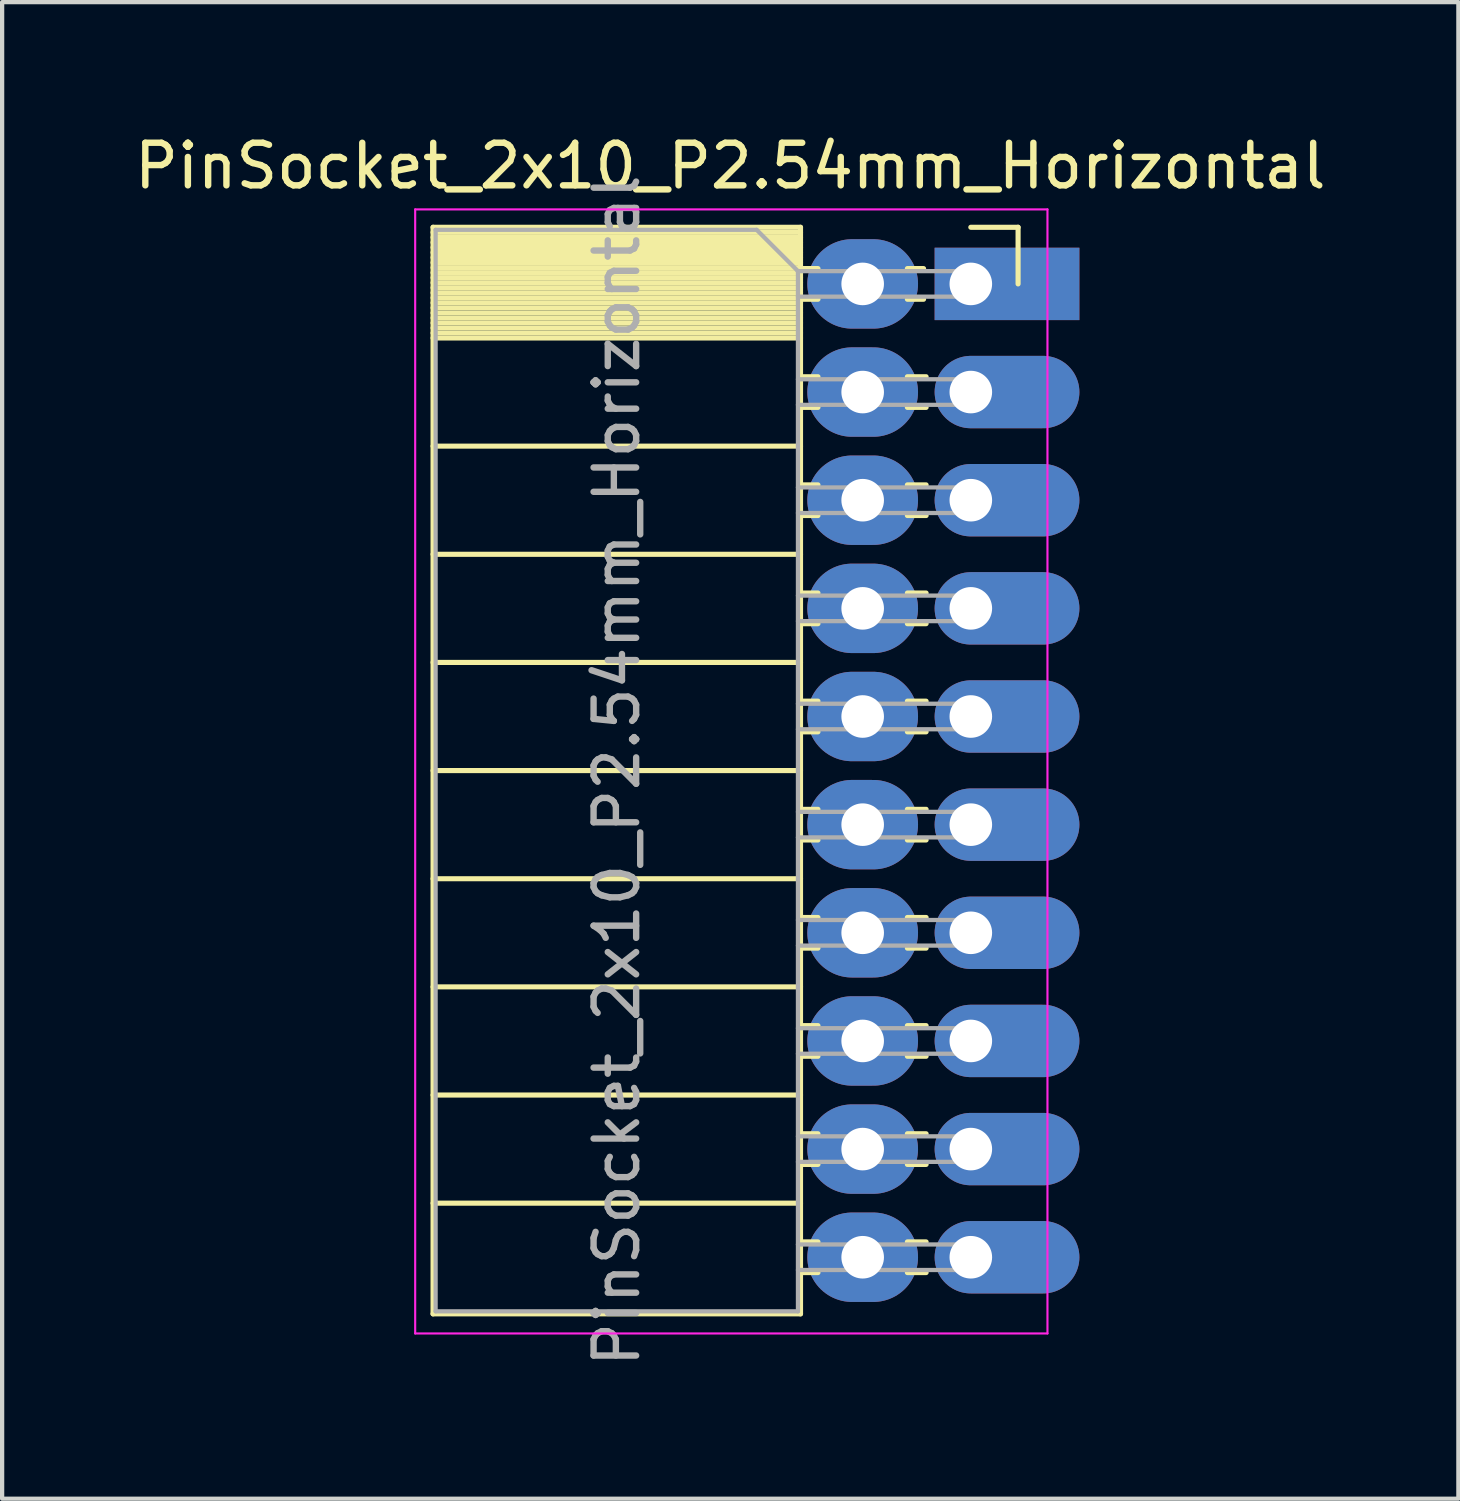
<source format=kicad_pcb>
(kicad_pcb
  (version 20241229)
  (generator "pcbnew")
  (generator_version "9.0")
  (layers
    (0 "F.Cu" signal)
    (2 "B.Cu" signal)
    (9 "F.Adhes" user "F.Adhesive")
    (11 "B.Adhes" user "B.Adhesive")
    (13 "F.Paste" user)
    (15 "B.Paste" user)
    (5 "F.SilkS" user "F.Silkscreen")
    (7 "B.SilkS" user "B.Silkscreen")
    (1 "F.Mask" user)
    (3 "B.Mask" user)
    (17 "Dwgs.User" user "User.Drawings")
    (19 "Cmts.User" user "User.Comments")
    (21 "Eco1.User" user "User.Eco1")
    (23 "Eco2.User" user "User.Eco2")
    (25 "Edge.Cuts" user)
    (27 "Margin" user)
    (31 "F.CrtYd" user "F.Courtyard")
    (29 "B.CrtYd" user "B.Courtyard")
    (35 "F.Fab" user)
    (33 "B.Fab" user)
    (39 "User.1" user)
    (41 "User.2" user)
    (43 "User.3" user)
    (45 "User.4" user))
  (footprint "PinSocket_2x10_P2.54mm_Horizontal"
    (layer "F.Cu")
    (at 19.751 3.618)
    (property "Reference" "PinSocket_2x10_P2.54mm_Horizontal" (at -5.65 -2.77 0) (layer "F.SilkS") (effects (font (size 1 1) (thickness 0.15))))
    (attr through_hole)
    (fp_line (start -12.63 -1.33) (end -12.63 24.19) (stroke (width 0.12) (type solid)) (layer "F.SilkS"))
    (fp_line (start -12.63 -1.33) (end -4 -1.33) (stroke (width 0.12) (type solid)) (layer "F.SilkS"))
    (fp_line (start -12.63 -1.21) (end -4 -1.21) (stroke (width 0.12) (type solid)) (layer "F.SilkS"))
    (fp_line (start -12.63 -1.092) (end -4 -1.092) (stroke (width 0.12) (type solid)) (layer "F.SilkS"))
    (fp_line (start -12.63 -0.974) (end -4 -0.974) (stroke (width 0.12) (type solid)) (layer "F.SilkS"))
    (fp_line (start -12.63 -0.856) (end -4 -0.856) (stroke (width 0.12) (type solid)) (layer "F.SilkS"))
    (fp_line (start -12.63 -0.738) (end -4 -0.738) (stroke (width 0.12) (type solid)) (layer "F.SilkS"))
    (fp_line (start -12.63 -0.62) (end -4 -0.62) (stroke (width 0.12) (type solid)) (layer "F.SilkS"))
    (fp_line (start -12.63 -0.501) (end -4 -0.501) (stroke (width 0.12) (type solid)) (layer "F.SilkS"))
    (fp_line (start -12.63 -0.383) (end -4 -0.383) (stroke (width 0.12) (type solid)) (layer "F.SilkS"))
    (fp_line (start -12.63 -0.265) (end -4 -0.265) (stroke (width 0.12) (type solid)) (layer "F.SilkS"))
    (fp_line (start -12.63 -0.147) (end -4 -0.147) (stroke (width 0.12) (type solid)) (layer "F.SilkS"))
    (fp_line (start -12.63 -0.029) (end -4 -0.029) (stroke (width 0.12) (type solid)) (layer "F.SilkS"))
    (fp_line (start -12.63 0.089) (end -4 0.089) (stroke (width 0.12) (type solid)) (layer "F.SilkS"))
    (fp_line (start -12.63 0.207) (end -4 0.207) (stroke (width 0.12) (type solid)) (layer "F.SilkS"))
    (fp_line (start -12.63 0.325) (end -4 0.325) (stroke (width 0.12) (type solid)) (layer "F.SilkS"))
    (fp_line (start -12.63 0.443) (end -4 0.443) (stroke (width 0.12) (type solid)) (layer "F.SilkS"))
    (fp_line (start -12.63 0.561) (end -4 0.561) (stroke (width 0.12) (type solid)) (layer "F.SilkS"))
    (fp_line (start -12.63 0.68) (end -4 0.68) (stroke (width 0.12) (type solid)) (layer "F.SilkS"))
    (fp_line (start -12.63 0.798) (end -4 0.798) (stroke (width 0.12) (type solid)) (layer "F.SilkS"))
    (fp_line (start -12.63 0.916) (end -4 0.916) (stroke (width 0.12) (type solid)) (layer "F.SilkS"))
    (fp_line (start -12.63 1.034) (end -4 1.034) (stroke (width 0.12) (type solid)) (layer "F.SilkS"))
    (fp_line (start -12.63 1.152) (end -4 1.152) (stroke (width 0.12) (type solid)) (layer "F.SilkS"))
    (fp_line (start -12.63 1.27) (end -4 1.27) (stroke (width 0.12) (type solid)) (layer "F.SilkS"))
    (fp_line (start -12.63 3.81) (end -4 3.81) (stroke (width 0.12) (type solid)) (layer "F.SilkS"))
    (fp_line (start -12.63 6.35) (end -4 6.35) (stroke (width 0.12) (type solid)) (layer "F.SilkS"))
    (fp_line (start -12.63 8.89) (end -4 8.89) (stroke (width 0.12) (type solid)) (layer "F.SilkS"))
    (fp_line (start -12.63 11.43) (end -4 11.43) (stroke (width 0.12) (type solid)) (layer "F.SilkS"))
    (fp_line (start -12.63 13.97) (end -4 13.97) (stroke (width 0.12) (type solid)) (layer "F.SilkS"))
    (fp_line (start -12.63 16.51) (end -4 16.51) (stroke (width 0.12) (type solid)) (layer "F.SilkS"))
    (fp_line (start -12.63 19.05) (end -4 19.05) (stroke (width 0.12) (type solid)) (layer "F.SilkS"))
    (fp_line (start -12.63 21.59) (end -4 21.59) (stroke (width 0.12) (type solid)) (layer "F.SilkS"))
    (fp_line (start -12.63 24.19) (end -4 24.19) (stroke (width 0.12) (type solid)) (layer "F.SilkS"))
    (fp_line (start -4 -1.33) (end -4 24.19) (stroke (width 0.12) (type solid)) (layer "F.SilkS"))
    (fp_line (start -4 -0.36) (end -3.59 -0.36) (stroke (width 0.12) (type solid)) (layer "F.SilkS"))
    (fp_line (start -4 0.36) (end -3.59 0.36) (stroke (width 0.12) (type solid)) (layer "F.SilkS"))
    (fp_line (start -4 2.18) (end -3.59 2.18) (stroke (width 0.12) (type solid)) (layer "F.SilkS"))
    (fp_line (start -4 2.9) (end -3.59 2.9) (stroke (width 0.12) (type solid)) (layer "F.SilkS"))
    (fp_line (start -4 4.72) (end -3.59 4.72) (stroke (width 0.12) (type solid)) (layer "F.SilkS"))
    (fp_line (start -4 5.44) (end -3.59 5.44) (stroke (width 0.12) (type solid)) (layer "F.SilkS"))
    (fp_line (start -4 7.26) (end -3.59 7.26) (stroke (width 0.12) (type solid)) (layer "F.SilkS"))
    (fp_line (start -4 7.98) (end -3.59 7.98) (stroke (width 0.12) (type solid)) (layer "F.SilkS"))
    (fp_line (start -4 9.8) (end -3.59 9.8) (stroke (width 0.12) (type solid)) (layer "F.SilkS"))
    (fp_line (start -4 10.52) (end -3.59 10.52) (stroke (width 0.12) (type solid)) (layer "F.SilkS"))
    (fp_line (start -4 12.34) (end -3.59 12.34) (stroke (width 0.12) (type solid)) (layer "F.SilkS"))
    (fp_line (start -4 13.06) (end -3.59 13.06) (stroke (width 0.12) (type solid)) (layer "F.SilkS"))
    (fp_line (start -4 14.88) (end -3.59 14.88) (stroke (width 0.12) (type solid)) (layer "F.SilkS"))
    (fp_line (start -4 15.6) (end -3.59 15.6) (stroke (width 0.12) (type solid)) (layer "F.SilkS"))
    (fp_line (start -4 17.42) (end -3.59 17.42) (stroke (width 0.12) (type solid)) (layer "F.SilkS"))
    (fp_line (start -4 18.14) (end -3.59 18.14) (stroke (width 0.12) (type solid)) (layer "F.SilkS"))
    (fp_line (start -4 19.96) (end -3.59 19.96) (stroke (width 0.12) (type solid)) (layer "F.SilkS"))
    (fp_line (start -4 20.68) (end -3.59 20.68) (stroke (width 0.12) (type solid)) (layer "F.SilkS"))
    (fp_line (start -4 22.5) (end -3.59 22.5) (stroke (width 0.12) (type solid)) (layer "F.SilkS"))
    (fp_line (start -4 23.22) (end -3.59 23.22) (stroke (width 0.12) (type solid)) (layer "F.SilkS"))
    (fp_line (start -1.49 -0.36) (end -1.11 -0.36) (stroke (width 0.12) (type solid)) (layer "F.SilkS"))
    (fp_line (start -1.49 0.36) (end -1.11 0.36) (stroke (width 0.12) (type solid)) (layer "F.SilkS"))
    (fp_line (start -1.49 2.18) (end -1.05 2.18) (stroke (width 0.12) (type solid)) (layer "F.SilkS"))
    (fp_line (start -1.49 2.9) (end -1.05 2.9) (stroke (width 0.12) (type solid)) (layer "F.SilkS"))
    (fp_line (start -1.49 4.72) (end -1.05 4.72) (stroke (width 0.12) (type solid)) (layer "F.SilkS"))
    (fp_line (start -1.49 5.44) (end -1.05 5.44) (stroke (width 0.12) (type solid)) (layer "F.SilkS"))
    (fp_line (start -1.49 7.26) (end -1.05 7.26) (stroke (width 0.12) (type solid)) (layer "F.SilkS"))
    (fp_line (start -1.49 7.98) (end -1.05 7.98) (stroke (width 0.12) (type solid)) (layer "F.SilkS"))
    (fp_line (start -1.49 9.8) (end -1.05 9.8) (stroke (width 0.12) (type solid)) (layer "F.SilkS"))
    (fp_line (start -1.49 10.52) (end -1.05 10.52) (stroke (width 0.12) (type solid)) (layer "F.SilkS"))
    (fp_line (start -1.49 12.34) (end -1.05 12.34) (stroke (width 0.12) (type solid)) (layer "F.SilkS"))
    (fp_line (start -1.49 13.06) (end -1.05 13.06) (stroke (width 0.12) (type solid)) (layer "F.SilkS"))
    (fp_line (start -1.49 14.88) (end -1.05 14.88) (stroke (width 0.12) (type solid)) (layer "F.SilkS"))
    (fp_line (start -1.49 15.6) (end -1.05 15.6) (stroke (width 0.12) (type solid)) (layer "F.SilkS"))
    (fp_line (start -1.49 17.42) (end -1.05 17.42) (stroke (width 0.12) (type solid)) (layer "F.SilkS"))
    (fp_line (start -1.49 18.14) (end -1.05 18.14) (stroke (width 0.12) (type solid)) (layer "F.SilkS"))
    (fp_line (start -1.49 19.96) (end -1.05 19.96) (stroke (width 0.12) (type solid)) (layer "F.SilkS"))
    (fp_line (start -1.49 20.68) (end -1.05 20.68) (stroke (width 0.12) (type solid)) (layer "F.SilkS"))
    (fp_line (start -1.49 22.5) (end -1.05 22.5) (stroke (width 0.12) (type solid)) (layer "F.SilkS"))
    (fp_line (start -1.49 23.22) (end -1.05 23.22) (stroke (width 0.12) (type solid)) (layer "F.SilkS"))
    (fp_line (start 0 -1.33) (end 1.11 -1.33) (stroke (width 0.12) (type solid)) (layer "F.SilkS"))
    (fp_line (start 1.11 -1.33) (end 1.11 0) (stroke (width 0.12) (type solid)) (layer "F.SilkS"))
    (fp_line (start -13.05 -1.75) (end -13.05 24.65) (stroke (width 0.05) (type solid)) (layer "F.CrtYd"))
    (fp_line (start -13.05 24.65) (end 1.8 24.65) (stroke (width 0.05) (type solid)) (layer "F.CrtYd"))
    (fp_line (start 1.8 -1.75) (end -13.05 -1.75) (stroke (width 0.05) (type solid)) (layer "F.CrtYd"))
    (fp_line (start 1.8 24.65) (end 1.8 -1.75) (stroke (width 0.05) (type solid)) (layer "F.CrtYd"))
    (fp_line (start -12.57 -1.27) (end -5.03 -1.27) (stroke (width 0.1) (type solid)) (layer "F.Fab"))
    (fp_line (start -12.57 24.13) (end -12.57 -1.27) (stroke (width 0.1) (type solid)) (layer "F.Fab"))
    (fp_line (start -5.03 -1.27) (end -4.06 -0.3) (stroke (width 0.1) (type solid)) (layer "F.Fab"))
    (fp_line (start -4.06 -0.3) (end -4.06 24.13) (stroke (width 0.1) (type solid)) (layer "F.Fab"))
    (fp_line (start -4.06 0.3) (end 0 0.3) (stroke (width 0.1) (type solid)) (layer "F.Fab"))
    (fp_line (start -4.06 2.84) (end 0 2.84) (stroke (width 0.1) (type solid)) (layer "F.Fab"))
    (fp_line (start -4.06 5.38) (end 0 5.38) (stroke (width 0.1) (type solid)) (layer "F.Fab"))
    (fp_line (start -4.06 7.92) (end 0 7.92) (stroke (width 0.1) (type solid)) (layer "F.Fab"))
    (fp_line (start -4.06 10.46) (end 0 10.46) (stroke (width 0.1) (type solid)) (layer "F.Fab"))
    (fp_line (start -4.06 13) (end 0 13) (stroke (width 0.1) (type solid)) (layer "F.Fab"))
    (fp_line (start -4.06 15.54) (end 0 15.54) (stroke (width 0.1) (type solid)) (layer "F.Fab"))
    (fp_line (start -4.06 18.08) (end 0 18.08) (stroke (width 0.1) (type solid)) (layer "F.Fab"))
    (fp_line (start -4.06 20.62) (end 0 20.62) (stroke (width 0.1) (type solid)) (layer "F.Fab"))
    (fp_line (start -4.06 23.16) (end 0 23.16) (stroke (width 0.1) (type solid)) (layer "F.Fab"))
    (fp_line (start -4.06 24.13) (end -12.57 24.13) (stroke (width 0.1) (type solid)) (layer "F.Fab"))
    (fp_line (start 0 -0.3) (end -4.06 -0.3) (stroke (width 0.1) (type solid)) (layer "F.Fab"))
    (fp_line (start 0 0.3) (end 0 -0.3) (stroke (width 0.1) (type solid)) (layer "F.Fab"))
    (fp_line (start 0 2.24) (end -4.06 2.24) (stroke (width 0.1) (type solid)) (layer "F.Fab"))
    (fp_line (start 0 2.84) (end 0 2.24) (stroke (width 0.1) (type solid)) (layer "F.Fab"))
    (fp_line (start 0 4.78) (end -4.06 4.78) (stroke (width 0.1) (type solid)) (layer "F.Fab"))
    (fp_line (start 0 5.38) (end 0 4.78) (stroke (width 0.1) (type solid)) (layer "F.Fab"))
    (fp_line (start 0 7.32) (end -4.06 7.32) (stroke (width 0.1) (type solid)) (layer "F.Fab"))
    (fp_line (start 0 7.92) (end 0 7.32) (stroke (width 0.1) (type solid)) (layer "F.Fab"))
    (fp_line (start 0 9.86) (end -4.06 9.86) (stroke (width 0.1) (type solid)) (layer "F.Fab"))
    (fp_line (start 0 10.46) (end 0 9.86) (stroke (width 0.1) (type solid)) (layer "F.Fab"))
    (fp_line (start 0 12.4) (end -4.06 12.4) (stroke (width 0.1) (type solid)) (layer "F.Fab"))
    (fp_line (start 0 13) (end 0 12.4) (stroke (width 0.1) (type solid)) (layer "F.Fab"))
    (fp_line (start 0 14.94) (end -4.06 14.94) (stroke (width 0.1) (type solid)) (layer "F.Fab"))
    (fp_line (start 0 15.54) (end 0 14.94) (stroke (width 0.1) (type solid)) (layer "F.Fab"))
    (fp_line (start 0 17.48) (end -4.06 17.48) (stroke (width 0.1) (type solid)) (layer "F.Fab"))
    (fp_line (start 0 18.08) (end 0 17.48) (stroke (width 0.1) (type solid)) (layer "F.Fab"))
    (fp_line (start 0 20.02) (end -4.06 20.02) (stroke (width 0.1) (type solid)) (layer "F.Fab"))
    (fp_line (start 0 20.62) (end 0 20.02) (stroke (width 0.1) (type solid)) (layer "F.Fab"))
    (fp_line (start 0 22.56) (end -4.06 22.56) (stroke (width 0.1) (type solid)) (layer "F.Fab"))
    (fp_line (start 0 23.16) (end 0 22.56) (stroke (width 0.1) (type solid)) (layer "F.Fab"))
    (fp_text user "${REFERENCE}" (at -8.315 11.43 90) (layer "F.Fab") (effects (font (size 1 1) (thickness 0.15))))
    (pad "1" thru_hole rect (at 0 0) (size 3.4 1.7) (drill 1 (offset 0.85 0)) (layers "*.Cu" "*.Mask"))
    (pad "2" thru_hole oval (at -2.54 0) (size 2.6 2.1) (drill 1) (layers "*.Cu" "*.Mask"))
    (pad "3" thru_hole oval (at 0 2.54) (size 3.4 1.7) (drill 1 (offset 0.85 0)) (layers "*.Cu" "*.Mask"))
    (pad "4" thru_hole oval (at -2.54 2.54) (size 2.6 2.1) (drill 1) (layers "*.Cu" "*.Mask"))
    (pad "5" thru_hole oval (at 0 5.08) (size 3.4 1.7) (drill 1 (offset 0.85 0)) (layers "*.Cu" "*.Mask"))
    (pad "6" thru_hole oval (at -2.54 5.08) (size 2.6 2.1) (drill 1) (layers "*.Cu" "*.Mask"))
    (pad "7" thru_hole oval (at 0 7.62) (size 3.4 1.7) (drill 1 (offset 0.85 0)) (layers "*.Cu" "*.Mask"))
    (pad "8" thru_hole oval (at -2.54 7.62) (size 2.6 2.1) (drill 1) (layers "*.Cu" "*.Mask"))
    (pad "9" thru_hole oval (at 0 10.16) (size 3.4 1.7) (drill 1 (offset 0.85 0)) (layers "*.Cu" "*.Mask"))
    (pad "10" thru_hole oval (at -2.54 10.16) (size 2.6 2.1) (drill 1) (layers "*.Cu" "*.Mask"))
    (pad "11" thru_hole oval (at 0 12.7) (size 3.4 1.7) (drill 1 (offset 0.85 0)) (layers "*.Cu" "*.Mask"))
    (pad "12" thru_hole oval (at -2.54 12.7) (size 2.6 2.1) (drill 1) (layers "*.Cu" "*.Mask"))
    (pad "13" thru_hole oval (at 0 15.24) (size 3.4 1.7) (drill 1 (offset 0.85 0)) (layers "*.Cu" "*.Mask"))
    (pad "14" thru_hole oval (at -2.54 15.24) (size 2.6 2.1) (drill 1) (layers "*.Cu" "*.Mask"))
    (pad "15" thru_hole oval (at 0 17.78) (size 3.4 1.7) (drill 1 (offset 0.85 0)) (layers "*.Cu" "*.Mask"))
    (pad "16" thru_hole oval (at -2.54 17.78) (size 2.6 2.1) (drill 1) (layers "*.Cu" "*.Mask"))
    (pad "17" thru_hole oval (at 0 20.32) (size 3.4 1.7) (drill 1 (offset 0.85 0)) (layers "*.Cu" "*.Mask"))
    (pad "18" thru_hole oval (at -2.54 20.32) (size 2.6 2.1) (drill 1) (layers "*.Cu" "*.Mask"))
    (pad "19" thru_hole oval (at 0 22.86) (size 3.4 1.7) (drill 1 (offset 0.85 0)) (layers "*.Cu" "*.Mask"))
    (pad "20" thru_hole oval (at -2.54 22.86) (size 2.6 2.1) (drill 1) (layers "*.Cu" "*.Mask")))
  (gr_rect
    (start -3 -3)
    (end 31.202 32.149)
    (stroke (width 0.1) (type default))
    (fill no)
    (layer "Edge.Cuts")))
</source>
